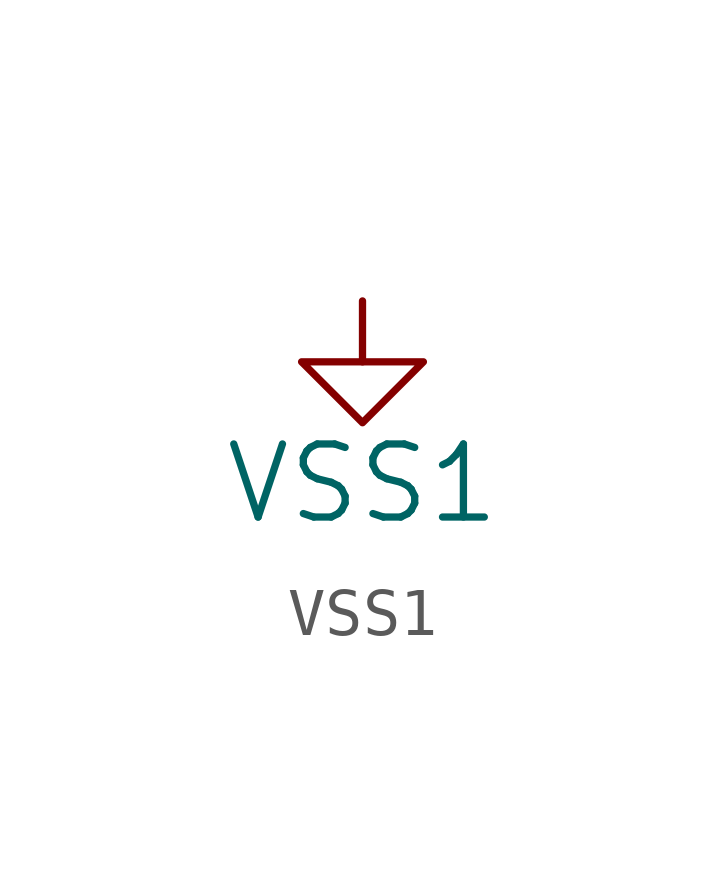
<source format=kicad_sym>
(kicad_symbol_lib
  (version 20220914)
  (generator kicad_symbol_editor)
  (symbol "VSS1"
    (power)
    (pin_numbers hide)
    (pin_names
      (offset 0) hide)
    (property "Reference" "#PWR"
      (at 0 2.54 0)
      (effects (font (size 1.524 1.524)) hide))
    (property "Value" "VSS1"
      (at 0 -2.54 0)
      (effects (font (size 1.524 1.524))))
    (property "Footprint" ""
      (at 0 0 0)
      (effects (font (size 1.524 1.524))))
    (property "Datasheet" ""
      (at 0 2.54 0)
      (effects (font (size 1.524 1.524))))
    (symbol "VSS1_0_1"
      (polyline (pts (xy -1.27 0) (xy 1.27 0) (xy 0 -1.27) (xy -1.27 0)) (stroke (width 0) (type default)) (fill (type none))))
    (symbol "VSS1_1_1"
      (pin power_in line (at 0 1.27 270) (length 1.27) (name "VSS1" (effects (font (size 1.27 1.27)))) (number "1" (effects (font (size 1.27 1.27))))))))
</source>
